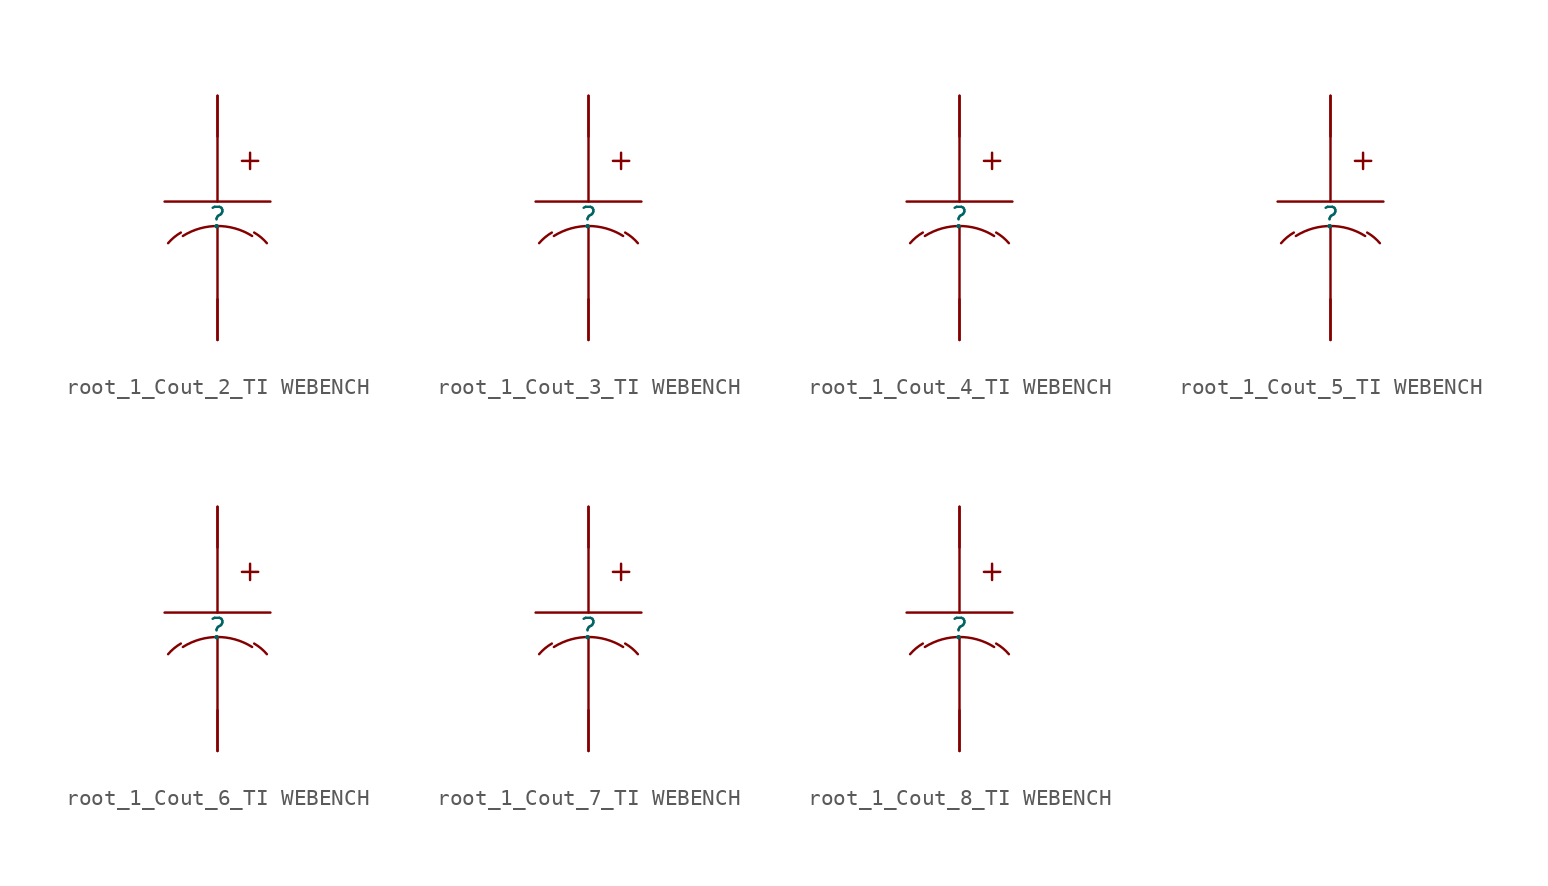
<source format=kicad_sym>
(kicad_symbol_lib
  (version 20241209)
  (generator "kicad_symbol_editor")
  (generator_version "9.0")
  (symbol "root_1_Cout_2_TI WEBENCH"
    (pin_numbers
      (hide yes))
    (pin_names
      (hide yes))
    (property "Reference" ""
      (at 0 0 0)
      (effects (font (size 1.27 1.27))))
    (property "Value" ""
      (at 0 0 0)
      (effects (font (size 1.27 1.27))))
    (symbol "root_1_Cout_2_TI WEBENCH_1_0"
      (arc (start -3.0825 -1.5797) (mid -2.7133 -1.2144) (end -2.2874 -0.9172) (stroke (width 0) (type solid)) (fill (type none)))
      (polyline (pts (xy 0 1.016) (xy 0 7.62)) (stroke (width 0) (type solid)) (fill (type none)))
      (arc (start -2.1608 -1.1301) (mid -1.0877 -0.6563) (end 0.076 -0.5087) (stroke (width 0) (type solid)) (fill (type none)))
      (arc (start -0.076 -0.5087) (mid 1.0877 -0.6563) (end 2.1608 -1.1301) (stroke (width 0) (type solid)) (fill (type none)))
      (polyline (pts (xy 0 -7.62) (xy 0 -0.508)) (stroke (width 0) (type solid)) (fill (type none)))
      (arc (start 2.2874 -0.9172) (mid 2.7133 -1.2145) (end 3.0825 -1.5797) (stroke (width 0) (type solid)) (fill (type none)))
      (polyline (pts (xy 2.032 3.048) (xy 2.032 4.064)) (stroke (width 0) (type solid)) (fill (type none)))
      (polyline (pts (xy 2.54 3.556) (xy 1.524 3.556)) (stroke (width 0) (type solid)) (fill (type none)))
      (polyline (pts (xy 3.302 1.016) (xy -3.302 1.016)) (stroke (width 0) (type solid)) (fill (type none)))
      (pin passive line (at 0 7.62 270) (length 2.54) (name "+" (effects (font (size 1.27 1.27)))) (number "1" (effects (font (size 1.27 1.27)))))
      (pin passive line (at 0 -7.62 90) (length 2.54) (name "-" (effects (font (size 1.27 1.27)))) (number "2" (effects (font (size 1.27 1.27)))))))
  (symbol "root_1_Cout_3_TI WEBENCH"
    (pin_numbers
      (hide yes))
    (pin_names
      (hide yes))
    (property "Reference" ""
      (at 0 0 0)
      (effects (font (size 1.27 1.27))))
    (property "Value" ""
      (at 0 0 0)
      (effects (font (size 1.27 1.27))))
    (symbol "root_1_Cout_3_TI WEBENCH_1_0"
      (arc (start -3.0825 -1.5797) (mid -2.7133 -1.2144) (end -2.2874 -0.9172) (stroke (width 0) (type solid)) (fill (type none)))
      (polyline (pts (xy 0 1.016) (xy 0 7.62)) (stroke (width 0) (type solid)) (fill (type none)))
      (arc (start -2.1608 -1.1301) (mid -1.0877 -0.6563) (end 0.076 -0.5087) (stroke (width 0) (type solid)) (fill (type none)))
      (arc (start -0.076 -0.5087) (mid 1.0877 -0.6563) (end 2.1608 -1.1301) (stroke (width 0) (type solid)) (fill (type none)))
      (polyline (pts (xy 0 -7.62) (xy 0 -0.508)) (stroke (width 0) (type solid)) (fill (type none)))
      (arc (start 2.2874 -0.9172) (mid 2.7133 -1.2145) (end 3.0825 -1.5797) (stroke (width 0) (type solid)) (fill (type none)))
      (polyline (pts (xy 2.032 3.048) (xy 2.032 4.064)) (stroke (width 0) (type solid)) (fill (type none)))
      (polyline (pts (xy 2.54 3.556) (xy 1.524 3.556)) (stroke (width 0) (type solid)) (fill (type none)))
      (polyline (pts (xy 3.302 1.016) (xy -3.302 1.016)) (stroke (width 0) (type solid)) (fill (type none)))
      (pin passive line (at 0 7.62 270) (length 2.54) (name "+" (effects (font (size 1.27 1.27)))) (number "1" (effects (font (size 1.27 1.27)))))
      (pin passive line (at 0 -7.62 90) (length 2.54) (name "-" (effects (font (size 1.27 1.27)))) (number "2" (effects (font (size 1.27 1.27)))))))
  (symbol "root_1_Cout_4_TI WEBENCH"
    (pin_numbers
      (hide yes))
    (pin_names
      (hide yes))
    (property "Reference" ""
      (at 0 0 0)
      (effects (font (size 1.27 1.27))))
    (property "Value" ""
      (at 0 0 0)
      (effects (font (size 1.27 1.27))))
    (symbol "root_1_Cout_4_TI WEBENCH_1_0"
      (arc (start -3.0825 -1.5797) (mid -2.7133 -1.2144) (end -2.2874 -0.9172) (stroke (width 0) (type solid)) (fill (type none)))
      (polyline (pts (xy 0 1.016) (xy 0 7.62)) (stroke (width 0) (type solid)) (fill (type none)))
      (arc (start -2.1608 -1.1301) (mid -1.0877 -0.6563) (end 0.076 -0.5087) (stroke (width 0) (type solid)) (fill (type none)))
      (arc (start -0.076 -0.5087) (mid 1.0877 -0.6563) (end 2.1608 -1.1301) (stroke (width 0) (type solid)) (fill (type none)))
      (polyline (pts (xy 0 -7.62) (xy 0 -0.508)) (stroke (width 0) (type solid)) (fill (type none)))
      (arc (start 2.2874 -0.9172) (mid 2.7133 -1.2145) (end 3.0825 -1.5797) (stroke (width 0) (type solid)) (fill (type none)))
      (polyline (pts (xy 2.032 3.048) (xy 2.032 4.064)) (stroke (width 0) (type solid)) (fill (type none)))
      (polyline (pts (xy 2.54 3.556) (xy 1.524 3.556)) (stroke (width 0) (type solid)) (fill (type none)))
      (polyline (pts (xy 3.302 1.016) (xy -3.302 1.016)) (stroke (width 0) (type solid)) (fill (type none)))
      (pin passive line (at 0 7.62 270) (length 2.54) (name "+" (effects (font (size 1.27 1.27)))) (number "1" (effects (font (size 1.27 1.27)))))
      (pin passive line (at 0 -7.62 90) (length 2.54) (name "-" (effects (font (size 1.27 1.27)))) (number "2" (effects (font (size 1.27 1.27)))))))
  (symbol "root_1_Cout_5_TI WEBENCH"
    (pin_numbers
      (hide yes))
    (pin_names
      (hide yes))
    (property "Reference" ""
      (at 0 0 0)
      (effects (font (size 1.27 1.27))))
    (property "Value" ""
      (at 0 0 0)
      (effects (font (size 1.27 1.27))))
    (symbol "root_1_Cout_5_TI WEBENCH_1_0"
      (arc (start -3.0825 -1.5797) (mid -2.7133 -1.2144) (end -2.2874 -0.9172) (stroke (width 0) (type solid)) (fill (type none)))
      (polyline (pts (xy 0 1.016) (xy 0 7.62)) (stroke (width 0) (type solid)) (fill (type none)))
      (arc (start -2.1608 -1.1301) (mid -1.0877 -0.6563) (end 0.076 -0.5087) (stroke (width 0) (type solid)) (fill (type none)))
      (arc (start -0.076 -0.5087) (mid 1.0877 -0.6563) (end 2.1608 -1.1301) (stroke (width 0) (type solid)) (fill (type none)))
      (polyline (pts (xy 0 -7.62) (xy 0 -0.508)) (stroke (width 0) (type solid)) (fill (type none)))
      (arc (start 2.2874 -0.9172) (mid 2.7133 -1.2145) (end 3.0825 -1.5797) (stroke (width 0) (type solid)) (fill (type none)))
      (polyline (pts (xy 2.032 3.048) (xy 2.032 4.064)) (stroke (width 0) (type solid)) (fill (type none)))
      (polyline (pts (xy 2.54 3.556) (xy 1.524 3.556)) (stroke (width 0) (type solid)) (fill (type none)))
      (polyline (pts (xy 3.302 1.016) (xy -3.302 1.016)) (stroke (width 0) (type solid)) (fill (type none)))
      (pin passive line (at 0 7.62 270) (length 2.54) (name "+" (effects (font (size 1.27 1.27)))) (number "1" (effects (font (size 1.27 1.27)))))
      (pin passive line (at 0 -7.62 90) (length 2.54) (name "-" (effects (font (size 1.27 1.27)))) (number "2" (effects (font (size 1.27 1.27)))))))
  (symbol "root_1_Cout_6_TI WEBENCH"
    (pin_numbers
      (hide yes))
    (pin_names
      (hide yes))
    (property "Reference" ""
      (at 0 0 0)
      (effects (font (size 1.27 1.27))))
    (property "Value" ""
      (at 0 0 0)
      (effects (font (size 1.27 1.27))))
    (symbol "root_1_Cout_6_TI WEBENCH_1_0"
      (arc (start -3.0825 -1.5797) (mid -2.7133 -1.2144) (end -2.2874 -0.9172) (stroke (width 0) (type solid)) (fill (type none)))
      (polyline (pts (xy 0 1.016) (xy 0 7.62)) (stroke (width 0) (type solid)) (fill (type none)))
      (arc (start -2.1608 -1.1301) (mid -1.0877 -0.6563) (end 0.076 -0.5087) (stroke (width 0) (type solid)) (fill (type none)))
      (arc (start -0.076 -0.5087) (mid 1.0877 -0.6563) (end 2.1608 -1.1301) (stroke (width 0) (type solid)) (fill (type none)))
      (polyline (pts (xy 0 -7.62) (xy 0 -0.508)) (stroke (width 0) (type solid)) (fill (type none)))
      (arc (start 2.2874 -0.9172) (mid 2.7133 -1.2145) (end 3.0825 -1.5797) (stroke (width 0) (type solid)) (fill (type none)))
      (polyline (pts (xy 2.032 3.048) (xy 2.032 4.064)) (stroke (width 0) (type solid)) (fill (type none)))
      (polyline (pts (xy 2.54 3.556) (xy 1.524 3.556)) (stroke (width 0) (type solid)) (fill (type none)))
      (polyline (pts (xy 3.302 1.016) (xy -3.302 1.016)) (stroke (width 0) (type solid)) (fill (type none)))
      (pin passive line (at 0 7.62 270) (length 2.54) (name "+" (effects (font (size 1.27 1.27)))) (number "1" (effects (font (size 1.27 1.27)))))
      (pin passive line (at 0 -7.62 90) (length 2.54) (name "-" (effects (font (size 1.27 1.27)))) (number "2" (effects (font (size 1.27 1.27)))))))
  (symbol "root_1_Cout_7_TI WEBENCH"
    (pin_numbers
      (hide yes))
    (pin_names
      (hide yes))
    (property "Reference" ""
      (at 0 0 0)
      (effects (font (size 1.27 1.27))))
    (property "Value" ""
      (at 0 0 0)
      (effects (font (size 1.27 1.27))))
    (symbol "root_1_Cout_7_TI WEBENCH_1_0"
      (arc (start -3.0825 -1.5797) (mid -2.7133 -1.2144) (end -2.2874 -0.9172) (stroke (width 0) (type solid)) (fill (type none)))
      (polyline (pts (xy 0 1.016) (xy 0 7.62)) (stroke (width 0) (type solid)) (fill (type none)))
      (arc (start -2.1608 -1.1301) (mid -1.0877 -0.6563) (end 0.076 -0.5087) (stroke (width 0) (type solid)) (fill (type none)))
      (arc (start -0.076 -0.5087) (mid 1.0877 -0.6563) (end 2.1608 -1.1301) (stroke (width 0) (type solid)) (fill (type none)))
      (polyline (pts (xy 0 -7.62) (xy 0 -0.508)) (stroke (width 0) (type solid)) (fill (type none)))
      (arc (start 2.2874 -0.9172) (mid 2.7133 -1.2145) (end 3.0825 -1.5797) (stroke (width 0) (type solid)) (fill (type none)))
      (polyline (pts (xy 2.032 3.048) (xy 2.032 4.064)) (stroke (width 0) (type solid)) (fill (type none)))
      (polyline (pts (xy 2.54 3.556) (xy 1.524 3.556)) (stroke (width 0) (type solid)) (fill (type none)))
      (polyline (pts (xy 3.302 1.016) (xy -3.302 1.016)) (stroke (width 0) (type solid)) (fill (type none)))
      (pin passive line (at 0 7.62 270) (length 2.54) (name "+" (effects (font (size 1.27 1.27)))) (number "1" (effects (font (size 1.27 1.27)))))
      (pin passive line (at 0 -7.62 90) (length 2.54) (name "-" (effects (font (size 1.27 1.27)))) (number "2" (effects (font (size 1.27 1.27)))))))
  (symbol "root_1_Cout_8_TI WEBENCH"
    (pin_numbers
      (hide yes))
    (pin_names
      (hide yes))
    (property "Reference" ""
      (at 0 0 0)
      (effects (font (size 1.27 1.27))))
    (property "Value" ""
      (at 0 0 0)
      (effects (font (size 1.27 1.27))))
    (symbol "root_1_Cout_8_TI WEBENCH_1_0"
      (arc (start -3.0825 -1.5797) (mid -2.7133 -1.2144) (end -2.2874 -0.9172) (stroke (width 0) (type solid)) (fill (type none)))
      (polyline (pts (xy 0 1.016) (xy 0 7.62)) (stroke (width 0) (type solid)) (fill (type none)))
      (arc (start -2.1608 -1.1301) (mid -1.0877 -0.6563) (end 0.076 -0.5087) (stroke (width 0) (type solid)) (fill (type none)))
      (arc (start -0.076 -0.5087) (mid 1.0877 -0.6563) (end 2.1608 -1.1301) (stroke (width 0) (type solid)) (fill (type none)))
      (polyline (pts (xy 0 -7.62) (xy 0 -0.508)) (stroke (width 0) (type solid)) (fill (type none)))
      (arc (start 2.2874 -0.9172) (mid 2.7133 -1.2145) (end 3.0825 -1.5797) (stroke (width 0) (type solid)) (fill (type none)))
      (polyline (pts (xy 2.032 3.048) (xy 2.032 4.064)) (stroke (width 0) (type solid)) (fill (type none)))
      (polyline (pts (xy 2.54 3.556) (xy 1.524 3.556)) (stroke (width 0) (type solid)) (fill (type none)))
      (polyline (pts (xy 3.302 1.016) (xy -3.302 1.016)) (stroke (width 0) (type solid)) (fill (type none)))
      (pin passive line (at 0 7.62 270) (length 2.54) (name "+" (effects (font (size 1.27 1.27)))) (number "1" (effects (font (size 1.27 1.27)))))
      (pin passive line (at 0 -7.62 90) (length 2.54) (name "-" (effects (font (size 1.27 1.27)))) (number "2" (effects (font (size 1.27 1.27))))))))
</source>
